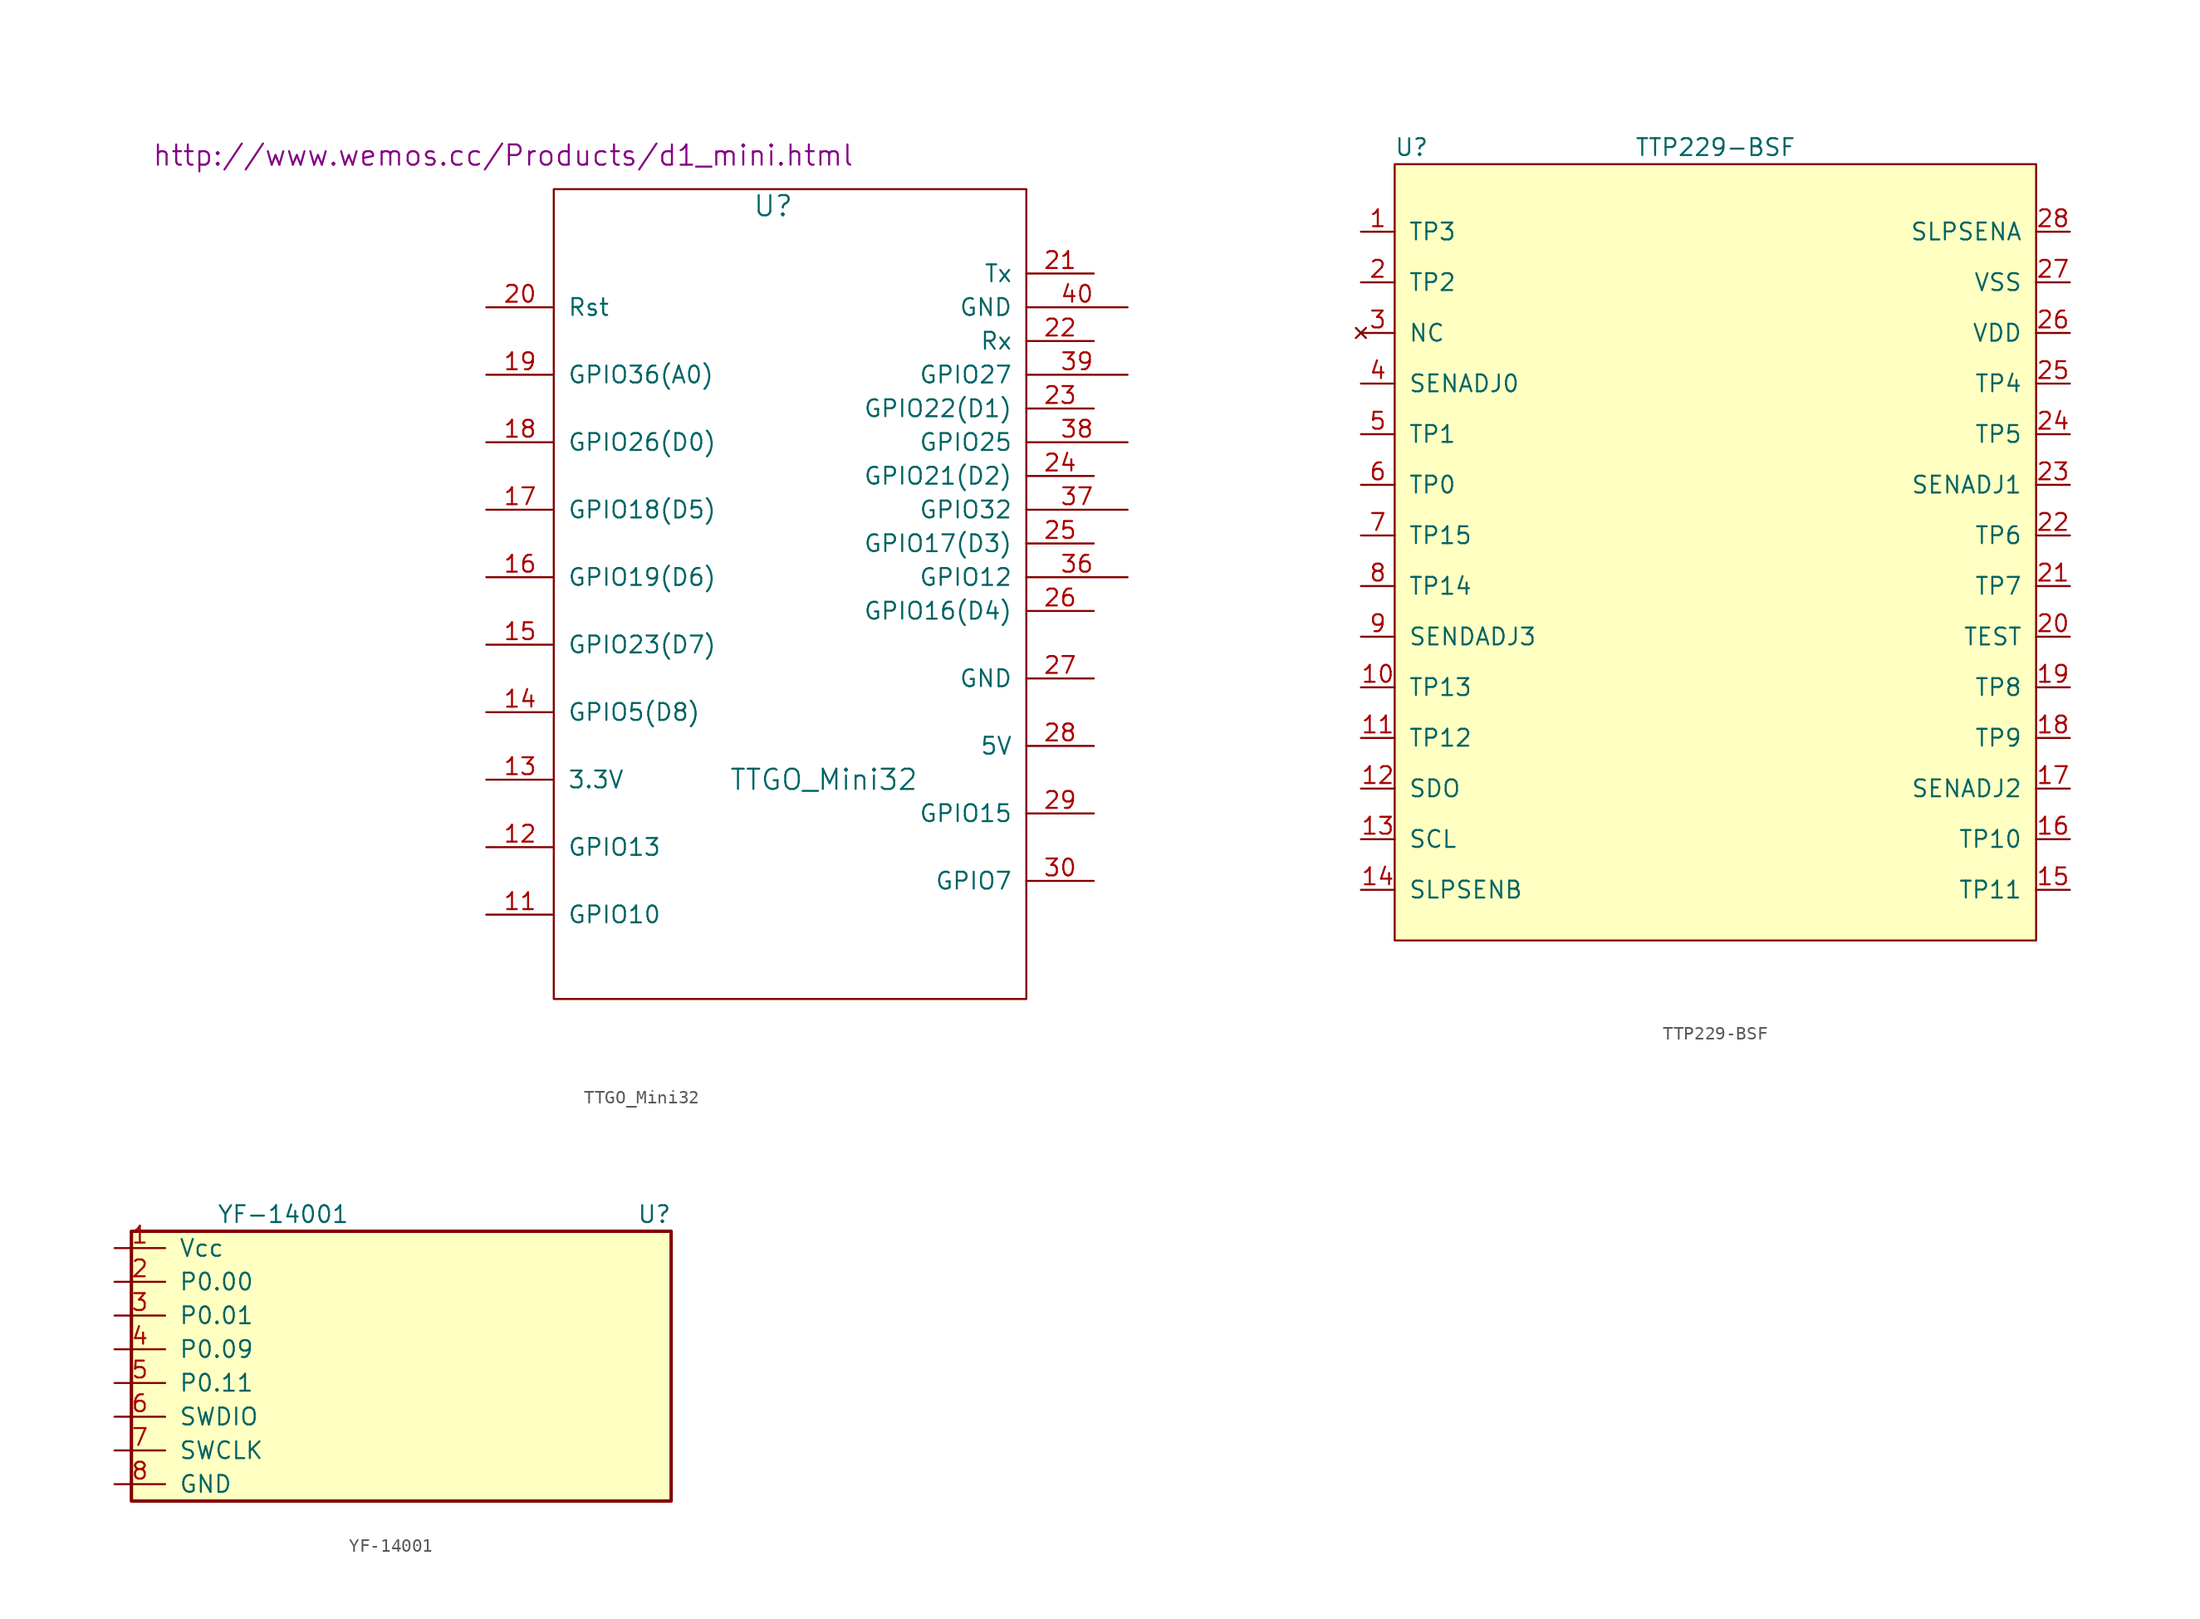
<source format=kicad_sym>
(kicad_symbol_lib
  (version 20211014)
  (generator kicad_symbol_editor)
  (symbol "TTGO_Mini32"
    (pin_names
      (offset 1.016))
    (property "Reference" "U"
      (at 11.43 -26.67 0)
      (effects (font (size 1.524 1.524))))
    (property "Value" "TTGO_Mini32"
      (at 15.24 -69.85 0)
      (effects (font (size 1.524 1.524))))
    (property "Footprint" ""
      (at -11.43 -31.75 0)
      (effects (font (size 1.524 1.524))))
    (property "Datasheet" "http://www.wemos.cc/Products/d1_mini.html"
      (at -8.89 -22.86 0)
      (effects (font (size 1.524 1.524))))
    (symbol "TTGO_Mini32_0_1"
      (rectangle (start 30.48 -86.36) (end -5.08 -25.4) (stroke (width 0) (type default) (color 0 0 0 0)) (fill (type none))))
    (symbol "TTGO_Mini32_1_1"
      (pin bidirectional line (at -10.16 -80.01 0) (length 5.08) (name "GPIO10" (effects (font (size 1.27 1.27)))) (number "11" (effects (font (size 1.27 1.27)))))
      (pin bidirectional line (at -10.16 -74.93 0) (length 5.08) (name "GPIO13" (effects (font (size 1.27 1.27)))) (number "12" (effects (font (size 1.27 1.27)))))
      (pin power_out line (at -10.16 -69.85 0) (length 5.08) (name "3.3V" (effects (font (size 1.27 1.27)))) (number "13" (effects (font (size 1.27 1.27)))))
      (pin bidirectional line (at -10.16 -64.77 0) (length 5.08) (name "GPIO5(D8)" (effects (font (size 1.27 1.27)))) (number "14" (effects (font (size 1.27 1.27)))))
      (pin bidirectional line (at -10.16 -59.69 0) (length 5.08) (name "GPIO23(D7)" (effects (font (size 1.27 1.27)))) (number "15" (effects (font (size 1.27 1.27)))))
      (pin bidirectional line (at -10.16 -54.61 0) (length 5.08) (name "GPIO19(D6)" (effects (font (size 1.27 1.27)))) (number "16" (effects (font (size 1.27 1.27)))))
      (pin bidirectional line (at -10.16 -49.53 0) (length 5.08) (name "GPIO18(D5)" (effects (font (size 1.27 1.27)))) (number "17" (effects (font (size 1.27 1.27)))))
      (pin bidirectional line (at -10.16 -44.45 0) (length 5.08) (name "GPIO26(D0)" (effects (font (size 1.27 1.27)))) (number "18" (effects (font (size 1.27 1.27)))))
      (pin bidirectional line (at -10.16 -39.37 0) (length 5.08) (name "GPIO36(A0)" (effects (font (size 1.27 1.27)))) (number "19" (effects (font (size 1.27 1.27)))))
      (pin bidirectional line (at -10.16 -34.29 0) (length 5.08) (name "Rst" (effects (font (size 1.27 1.27)))) (number "20" (effects (font (size 1.27 1.27)))))
      (pin bidirectional line (at 35.56 -31.75 180) (length 5.08) (name "Tx" (effects (font (size 1.27 1.27)))) (number "21" (effects (font (size 1.27 1.27)))))
      (pin bidirectional line (at 35.56 -36.83 180) (length 5.08) (name "Rx" (effects (font (size 1.27 1.27)))) (number "22" (effects (font (size 1.27 1.27)))))
      (pin bidirectional line (at 35.56 -41.91 180) (length 5.08) (name "GPIO22(D1)" (effects (font (size 1.27 1.27)))) (number "23" (effects (font (size 1.27 1.27)))))
      (pin bidirectional line (at 35.56 -46.99 180) (length 5.08) (name "GPIO21(D2)" (effects (font (size 1.27 1.27)))) (number "24" (effects (font (size 1.27 1.27)))))
      (pin bidirectional line (at 35.56 -52.07 180) (length 5.08) (name "GPIO17(D3)" (effects (font (size 1.27 1.27)))) (number "25" (effects (font (size 1.27 1.27)))))
      (pin bidirectional line (at 35.56 -57.15 180) (length 5.08) (name "GPIO16(D4)" (effects (font (size 1.27 1.27)))) (number "26" (effects (font (size 1.27 1.27)))))
      (pin power_in line (at 35.56 -62.23 180) (length 5.08) (name "GND" (effects (font (size 1.27 1.27)))) (number "27" (effects (font (size 1.27 1.27)))))
      (pin power_in line (at 35.56 -67.31 180) (length 5.08) (name "5V" (effects (font (size 1.27 1.27)))) (number "28" (effects (font (size 1.27 1.27)))))
      (pin bidirectional line (at 35.56 -72.39 180) (length 5.08) (name "GPIO15" (effects (font (size 1.27 1.27)))) (number "29" (effects (font (size 1.27 1.27)))))
      (pin bidirectional line (at 35.56 -77.47 180) (length 5.08) (name "GPIO7" (effects (font (size 1.27 1.27)))) (number "30" (effects (font (size 1.27 1.27)))))
      (pin bidirectional line (at 38.1 -54.61 180) (length 7.62) (name "GPIO12" (effects (font (size 1.27 1.27)))) (number "36" (effects (font (size 1.27 1.27)))))
      (pin bidirectional line (at 38.1 -49.53 180) (length 7.62) (name "GPIO32" (effects (font (size 1.27 1.27)))) (number "37" (effects (font (size 1.27 1.27)))))
      (pin bidirectional line (at 38.1 -44.45 180) (length 7.62) (name "GPIO25" (effects (font (size 1.27 1.27)))) (number "38" (effects (font (size 1.27 1.27)))))
      (pin bidirectional line (at 38.1 -39.37 180) (length 7.62) (name "GPIO27" (effects (font (size 1.27 1.27)))) (number "39" (effects (font (size 1.27 1.27)))))
      (pin power_in line (at 38.1 -34.29 180) (length 7.62) (name "GND" (effects (font (size 1.27 1.27)))) (number "40" (effects (font (size 1.27 1.27)))))))
  (symbol "TTP229-BSF"
    (pin_names
      (offset 1.016))
    (property "Reference" "U"
      (at -21.59 13.97 0)
      (effects (font (size 1.27 1.27))))
    (property "Value" "TTP229-BSF"
      (at 1.27 13.97 0)
      (effects (font (size 1.27 1.27))))
    (symbol "TTP229-BSF_0_1"
      (rectangle (start -22.86 12.7) (end 25.4 -45.72) (stroke (width 0) (type default) (color 0 0 0 0)) (fill (type background))))
    (symbol "TTP229-BSF_1_1"
      (pin input line (at -25.4 7.62 0) (length 2.54) (name "TP3" (effects (font (size 1.27 1.27)))) (number "1" (effects (font (size 1.27 1.27)))))
      (pin input line (at -25.4 -26.67 0) (length 2.54) (name "TP13" (effects (font (size 1.27 1.27)))) (number "10" (effects (font (size 1.27 1.27)))))
      (pin input line (at -25.4 -30.48 0) (length 2.54) (name "TP12" (effects (font (size 1.27 1.27)))) (number "11" (effects (font (size 1.27 1.27)))))
      (pin output line (at -25.4 -34.29 0) (length 2.54) (name "SDO" (effects (font (size 1.27 1.27)))) (number "12" (effects (font (size 1.27 1.27)))))
      (pin input line (at -25.4 -38.1 0) (length 2.54) (name "SCL" (effects (font (size 1.27 1.27)))) (number "13" (effects (font (size 1.27 1.27)))))
      (pin input line (at -25.4 -41.91 0) (length 2.54) (name "SLPSENB" (effects (font (size 1.27 1.27)))) (number "14" (effects (font (size 1.27 1.27)))))
      (pin input line (at 27.94 -41.91 180) (length 2.54) (name "TP11" (effects (font (size 1.27 1.27)))) (number "15" (effects (font (size 1.27 1.27)))))
      (pin input line (at 27.94 -38.1 180) (length 2.54) (name "TP10" (effects (font (size 1.27 1.27)))) (number "16" (effects (font (size 1.27 1.27)))))
      (pin input line (at 27.94 -34.29 180) (length 2.54) (name "SENADJ2" (effects (font (size 1.27 1.27)))) (number "17" (effects (font (size 1.27 1.27)))))
      (pin input line (at 27.94 -30.48 180) (length 2.54) (name "TP9" (effects (font (size 1.27 1.27)))) (number "18" (effects (font (size 1.27 1.27)))))
      (pin input line (at 27.94 -26.67 180) (length 2.54) (name "TP8" (effects (font (size 1.27 1.27)))) (number "19" (effects (font (size 1.27 1.27)))))
      (pin input line (at -25.4 3.81 0) (length 2.54) (name "TP2" (effects (font (size 1.27 1.27)))) (number "2" (effects (font (size 1.27 1.27)))))
      (pin input line (at 27.94 -22.86 180) (length 2.54) (name "TEST" (effects (font (size 1.27 1.27)))) (number "20" (effects (font (size 1.27 1.27)))))
      (pin input line (at 27.94 -19.05 180) (length 2.54) (name "TP7" (effects (font (size 1.27 1.27)))) (number "21" (effects (font (size 1.27 1.27)))))
      (pin input line (at 27.94 -15.24 180) (length 2.54) (name "TP6" (effects (font (size 1.27 1.27)))) (number "22" (effects (font (size 1.27 1.27)))))
      (pin input line (at 27.94 -11.43 180) (length 2.54) (name "SENADJ1" (effects (font (size 1.27 1.27)))) (number "23" (effects (font (size 1.27 1.27)))))
      (pin input line (at 27.94 -7.62 180) (length 2.54) (name "TP5" (effects (font (size 1.27 1.27)))) (number "24" (effects (font (size 1.27 1.27)))))
      (pin input line (at 27.94 -3.81 180) (length 2.54) (name "TP4" (effects (font (size 1.27 1.27)))) (number "25" (effects (font (size 1.27 1.27)))))
      (pin power_in line (at 27.94 0 180) (length 2.54) (name "VDD" (effects (font (size 1.27 1.27)))) (number "26" (effects (font (size 1.27 1.27)))))
      (pin power_in line (at 27.94 3.81 180) (length 2.54) (name "VSS" (effects (font (size 1.27 1.27)))) (number "27" (effects (font (size 1.27 1.27)))))
      (pin input line (at 27.94 7.62 180) (length 2.54) (name "SLPSENA" (effects (font (size 1.27 1.27)))) (number "28" (effects (font (size 1.27 1.27)))))
      (pin no_connect line (at -25.4 0 0) (length 2.54) (name "NC" (effects (font (size 1.27 1.27)))) (number "3" (effects (font (size 1.27 1.27)))))
      (pin input line (at -25.4 -3.81 0) (length 2.54) (name "SENADJ0" (effects (font (size 1.27 1.27)))) (number "4" (effects (font (size 1.27 1.27)))))
      (pin input line (at -25.4 -7.62 0) (length 2.54) (name "TP1" (effects (font (size 1.27 1.27)))) (number "5" (effects (font (size 1.27 1.27)))))
      (pin input line (at -25.4 -11.43 0) (length 2.54) (name "TP0" (effects (font (size 1.27 1.27)))) (number "6" (effects (font (size 1.27 1.27)))))
      (pin input line (at -25.4 -15.24 0) (length 2.54) (name "TP15" (effects (font (size 1.27 1.27)))) (number "7" (effects (font (size 1.27 1.27)))))
      (pin input line (at -25.4 -19.05 0) (length 2.54) (name "TP14" (effects (font (size 1.27 1.27)))) (number "8" (effects (font (size 1.27 1.27)))))
      (pin input line (at -25.4 -22.86 0) (length 2.54) (name "SENDADJ3" (effects (font (size 1.27 1.27)))) (number "9" (effects (font (size 1.27 1.27)))))))
  (symbol "YF-14001"
    (pin_names
      (offset 1.016))
    (property "Reference" "U"
      (at 24.13 8.89 0)
      (effects (font (size 1.27 1.27))))
    (property "Value" "YF-14001"
      (at -3.81 8.89 0)
      (effects (font (size 1.27 1.27))))
    (symbol "YF-14001_1_1"
      (rectangle (start -15.24 -12.7) (end 25.4 7.62) (stroke (width 0.254) (type default) (color 0 0 0 0)) (fill (type background)))
      (pin power_in line (at -16.51 6.35 0) (length 3.81) (name "Vcc" (effects (font (size 1.27 1.27)))) (number "1" (effects (font (size 1.27 1.27)))))
      (pin bidirectional line (at -16.51 3.81 0) (length 3.81) (name "P0.00" (effects (font (size 1.27 1.27)))) (number "2" (effects (font (size 1.27 1.27)))))
      (pin bidirectional line (at -16.51 1.27 0) (length 3.81) (name "P0.01" (effects (font (size 1.27 1.27)))) (number "3" (effects (font (size 1.27 1.27)))))
      (pin bidirectional line (at -16.51 -1.27 0) (length 3.81) (name "P0.09" (effects (font (size 1.27 1.27)))) (number "4" (effects (font (size 1.27 1.27)))))
      (pin bidirectional line (at -16.51 -3.81 0) (length 3.81) (name "P0.11" (effects (font (size 1.27 1.27)))) (number "5" (effects (font (size 1.27 1.27)))))
      (pin bidirectional line (at -16.51 -6.35 0) (length 3.81) (name "SWDIO" (effects (font (size 1.27 1.27)))) (number "6" (effects (font (size 1.27 1.27)))))
      (pin input line (at -16.51 -8.89 0) (length 3.81) (name "SWCLK" (effects (font (size 1.27 1.27)))) (number "7" (effects (font (size 1.27 1.27)))))
      (pin power_in line (at -16.51 -11.43 0) (length 3.81) (name "GND" (effects (font (size 1.27 1.27)))) (number "8" (effects (font (size 1.27 1.27))))))))
</source>
